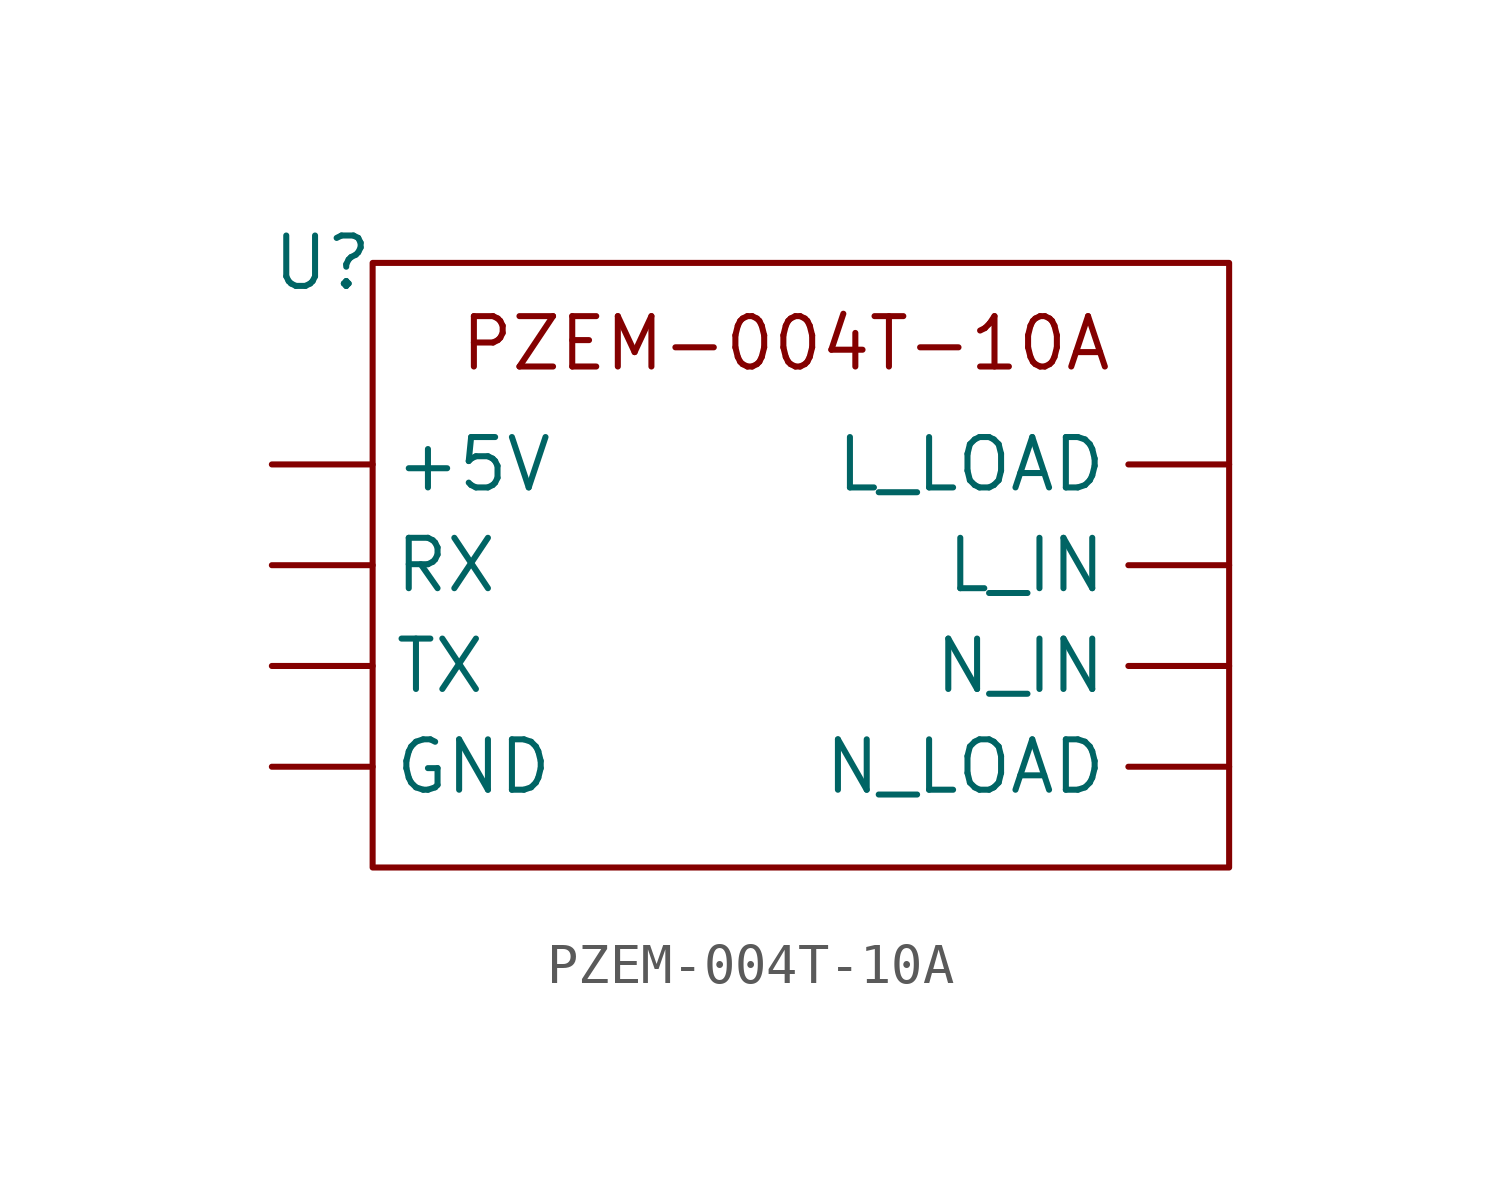
<source format=kicad_sym>
(kicad_symbol_lib
  (version 20231120)
  (generator "kicad_symbol_editor")
  (generator_version "8.0")
  (symbol "PZEM-004T-10A"
    (property "Reference" "U"
      (at 0 0 0)
      (effects (font (size 1.27 1.27))))
    (property "Value" ""
      (at 0 0 0)
      (effects (font (size 1.27 1.27))))
    (symbol "PZEM-004T-10A_0_1"
      (rectangle (start 1.27 0) (end 22.86 -15.24) (stroke (width 0) (type default)) (fill (type none))))
    (symbol "PZEM-004T-10A_1_1"
      (text "PZEM-004T-10A" (at 11.684 -2.032 0) (effects (font (size 1.27 1.27))))
      (pin power_in line (at -1.27 -5.08 0) (length 2.54) (name "+5V" (effects (font (size 1.27 1.27)))) (number "" (effects (font (size 1.27 1.27)))))
      (pin power_in line (at -1.27 -12.7 0) (length 2.54) (name "GND" (effects (font (size 1.27 1.27)))) (number "" (effects (font (size 1.27 1.27)))))
      (pin power_in line (at 22.86 -7.62 180) (length 2.54) (name "L_IN" (effects (font (size 1.27 1.27)))) (number "" (effects (font (size 1.27 1.27)))))
      (pin power_out line (at 22.86 -5.08 180) (length 2.54) (name "L_LOAD" (effects (font (size 1.27 1.27)))) (number "" (effects (font (size 1.27 1.27)))))
      (pin power_in line (at 22.86 -10.16 180) (length 2.54) (name "N_IN" (effects (font (size 1.27 1.27)))) (number "" (effects (font (size 1.27 1.27)))))
      (pin power_out line (at 22.86 -12.7 180) (length 2.54) (name "N_LOAD" (effects (font (size 1.27 1.27)))) (number "" (effects (font (size 1.27 1.27)))))
      (pin input line (at -1.27 -7.62 0) (length 2.54) (name "RX" (effects (font (size 1.27 1.27)))) (number "" (effects (font (size 1.27 1.27)))))
      (pin output line (at -1.27 -10.16 0) (length 2.54) (name "TX" (effects (font (size 1.27 1.27)))) (number "" (effects (font (size 1.27 1.27))))))))
</source>
